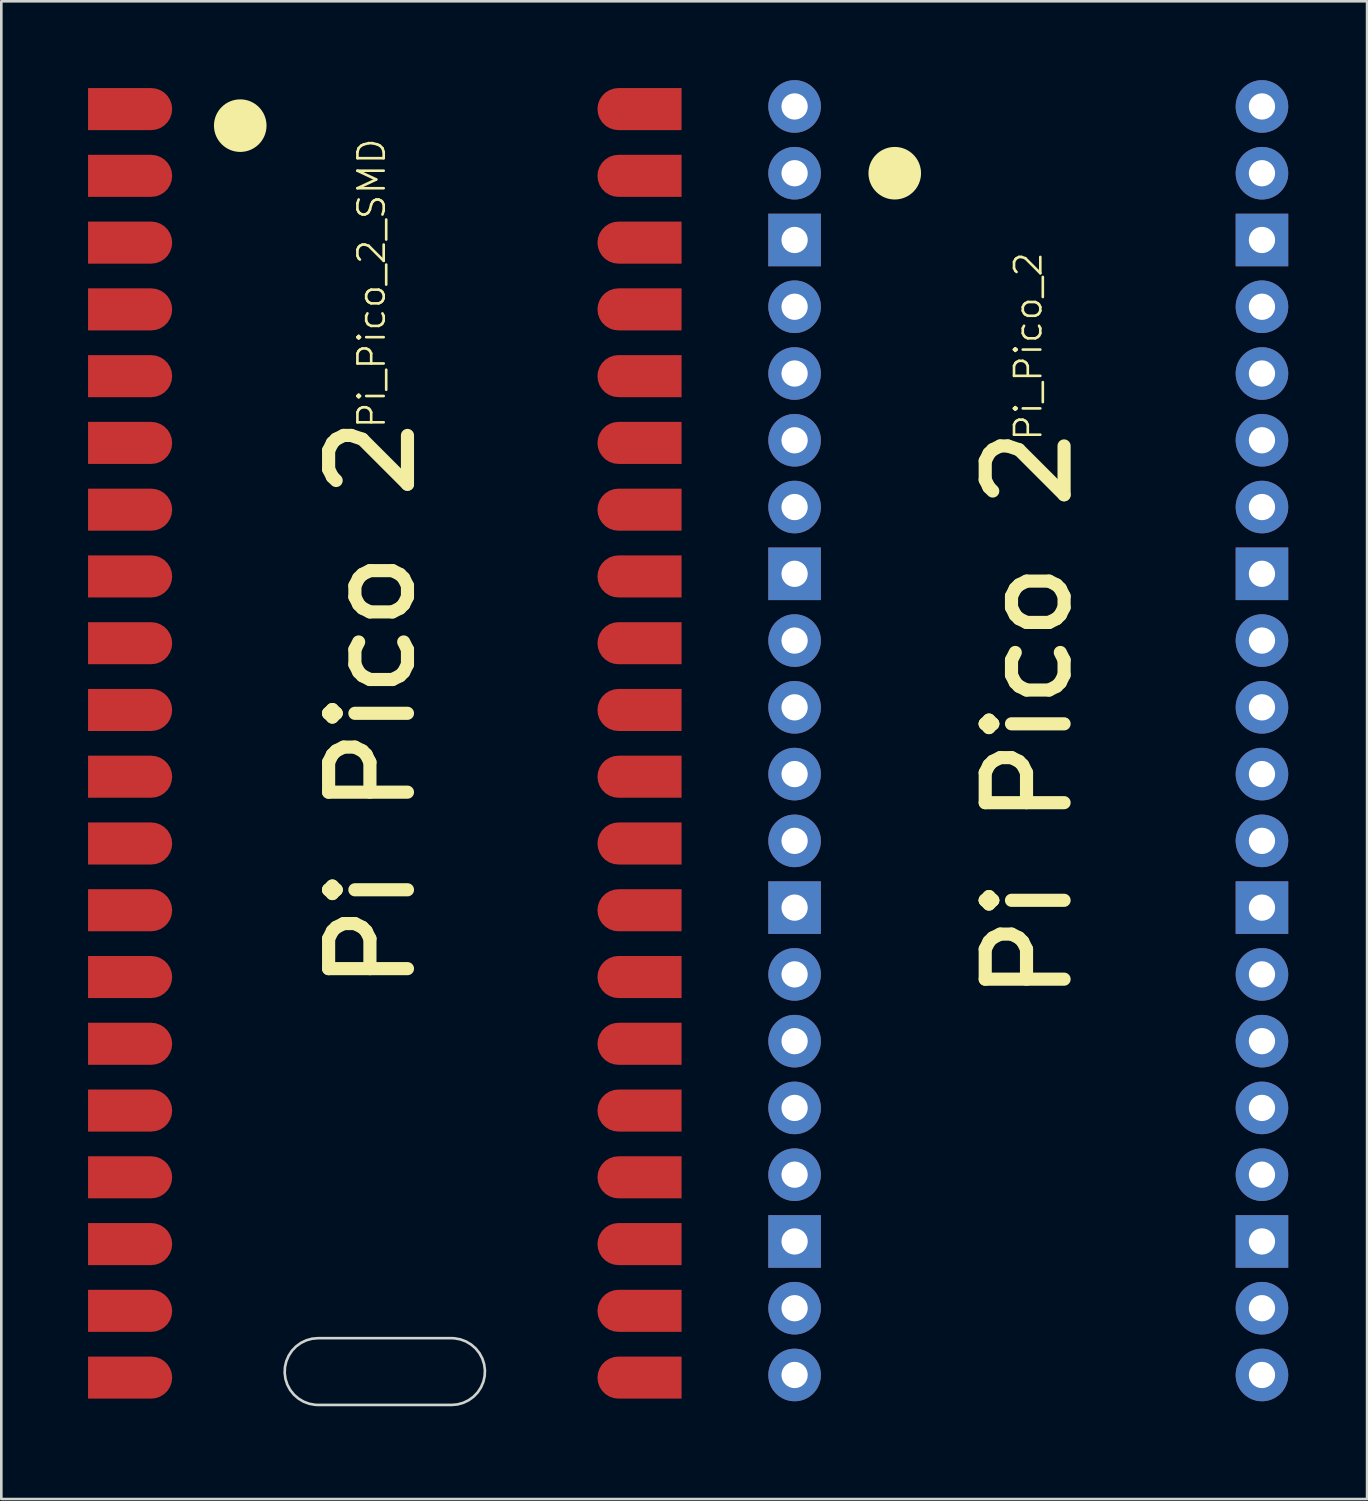
<source format=kicad_pcb>
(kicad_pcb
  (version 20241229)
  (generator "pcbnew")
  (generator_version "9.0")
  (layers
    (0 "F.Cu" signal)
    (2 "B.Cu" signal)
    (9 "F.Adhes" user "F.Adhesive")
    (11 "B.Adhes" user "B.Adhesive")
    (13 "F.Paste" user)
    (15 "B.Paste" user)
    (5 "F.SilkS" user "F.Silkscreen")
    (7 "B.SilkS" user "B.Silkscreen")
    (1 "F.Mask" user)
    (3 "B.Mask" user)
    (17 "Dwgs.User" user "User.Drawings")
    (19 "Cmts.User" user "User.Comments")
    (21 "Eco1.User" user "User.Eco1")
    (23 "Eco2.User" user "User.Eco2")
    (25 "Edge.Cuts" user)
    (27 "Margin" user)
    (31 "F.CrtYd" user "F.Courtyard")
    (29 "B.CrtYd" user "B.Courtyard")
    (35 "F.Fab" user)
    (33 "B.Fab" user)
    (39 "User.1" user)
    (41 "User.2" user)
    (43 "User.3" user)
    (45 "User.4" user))
  (footprint "Pi_Pico_2"
    (layer "F.Cu")
    (at 36.07 25.13)
    (property "Reference" "Pi_Pico_2" (at 0 -15 90) (unlocked yes) (layer "F.SilkS") (effects (font (size 1 1) (thickness 0.1))))
    (attr through_hole)
    (fp_circle (center -5.08 -21.59) (end -4.08 -21.59) (stroke (width 0) (type solid)) (fill yes) (layer "F.SilkS"))
    (fp_text user "Pi Pico 2" (at 0 -1 90) (unlocked yes) (layer "F.SilkS") (effects (font (size 3 3) (thickness 0.5) (bold yes))))
    (pad "1" thru_hole circle (at -8.89 -24.13) (size 2 2) (drill 1) (layers "*.Cu" "*.Mask"))
    (pad "2" thru_hole circle (at -8.89 -21.59) (size 2 2) (drill 1) (layers "*.Cu" "*.Mask"))
    (pad "3" thru_hole rect (at -8.89 -19.05) (size 2 2) (drill 1) (layers "*.Cu" "*.Mask"))
    (pad "4" thru_hole circle (at -8.89 -16.51) (size 2 2) (drill 1) (layers "*.Cu" "*.Mask"))
    (pad "5" thru_hole circle (at -8.89 -13.97) (size 2 2) (drill 1) (layers "*.Cu" "*.Mask"))
    (pad "6" thru_hole circle (at -8.89 -11.43) (size 2 2) (drill 1) (layers "*.Cu" "*.Mask"))
    (pad "7" thru_hole circle (at -8.89 -8.89) (size 2 2) (drill 1) (layers "*.Cu" "*.Mask"))
    (pad "8" thru_hole rect (at -8.89 -6.35) (size 2 2) (drill 1) (layers "*.Cu" "*.Mask"))
    (pad "9" thru_hole circle (at -8.89 -3.81) (size 2 2) (drill 1) (layers "*.Cu" "*.Mask"))
    (pad "10" thru_hole circle (at -8.89 -1.27) (size 2 2) (drill 1) (layers "*.Cu" "*.Mask"))
    (pad "11" thru_hole circle (at -8.89 1.27) (size 2 2) (drill 1) (layers "*.Cu" "*.Mask"))
    (pad "12" thru_hole circle (at -8.89 3.81) (size 2 2) (drill 1) (layers "*.Cu" "*.Mask"))
    (pad "13" thru_hole rect (at -8.89 6.35) (size 2 2) (drill 1) (layers "*.Cu" "*.Mask"))
    (pad "14" thru_hole circle (at -8.89 8.89) (size 2 2) (drill 1) (layers "*.Cu" "*.Mask"))
    (pad "15" thru_hole circle (at -8.89 11.43) (size 2 2) (drill 1) (layers "*.Cu" "*.Mask"))
    (pad "16" thru_hole circle (at -8.89 13.97) (size 2 2) (drill 1) (layers "*.Cu" "*.Mask"))
    (pad "17" thru_hole circle (at -8.89 16.51) (size 2 2) (drill 1) (layers "*.Cu" "*.Mask"))
    (pad "18" thru_hole rect (at -8.89 19.05) (size 2 2) (drill 1) (layers "*.Cu" "*.Mask"))
    (pad "19" thru_hole circle (at -8.89 21.59) (size 2 2) (drill 1) (layers "*.Cu" "*.Mask"))
    (pad "20" thru_hole circle (at -8.89 24.13) (size 2 2) (drill 1) (layers "*.Cu" "*.Mask"))
    (pad "21" thru_hole circle (at 8.89 24.13) (size 2 2) (drill 1) (layers "*.Cu" "*.Mask"))
    (pad "22" thru_hole circle (at 8.89 21.59) (size 2 2) (drill 1) (layers "*.Cu" "*.Mask"))
    (pad "23" thru_hole rect (at 8.89 19.05) (size 2 2) (drill 1) (layers "*.Cu" "*.Mask"))
    (pad "24" thru_hole circle (at 8.89 16.51) (size 2 2) (drill 1) (layers "*.Cu" "*.Mask"))
    (pad "25" thru_hole circle (at 8.89 13.97) (size 2 2) (drill 1) (layers "*.Cu" "*.Mask"))
    (pad "26" thru_hole circle (at 8.89 11.43) (size 2 2) (drill 1) (layers "*.Cu" "*.Mask"))
    (pad "27" thru_hole circle (at 8.89 8.89) (size 2 2) (drill 1) (layers "*.Cu" "*.Mask"))
    (pad "28" thru_hole rect (at 8.89 6.35) (size 2 2) (drill 1) (layers "*.Cu" "*.Mask"))
    (pad "29" thru_hole circle (at 8.89 3.81) (size 2 2) (drill 1) (layers "*.Cu" "*.Mask"))
    (pad "30" thru_hole circle (at 8.89 1.27) (size 2 2) (drill 1) (layers "*.Cu" "*.Mask"))
    (pad "31" thru_hole circle (at 8.89 -1.27) (size 2 2) (drill 1) (layers "*.Cu" "*.Mask"))
    (pad "32" thru_hole circle (at 8.89 -3.81) (size 2 2) (drill 1) (layers "*.Cu" "*.Mask"))
    (pad "33" thru_hole rect (at 8.89 -6.35) (size 2 2) (drill 1) (layers "*.Cu" "*.Mask"))
    (pad "34" thru_hole circle (at 8.89 -8.89) (size 2 2) (drill 1) (layers "*.Cu" "*.Mask"))
    (pad "35" thru_hole circle (at 8.89 -11.43) (size 2 2) (drill 1) (layers "*.Cu" "*.Mask"))
    (pad "36" thru_hole circle (at 8.89 -13.97) (size 2 2) (drill 1) (layers "*.Cu" "*.Mask"))
    (pad "37" thru_hole circle (at 8.89 -16.51) (size 2 2) (drill 1) (layers "*.Cu" "*.Mask"))
    (pad "38" thru_hole rect (at 8.89 -19.05) (size 2 2) (drill 1) (layers "*.Cu" "*.Mask"))
    (pad "39" thru_hole circle (at 8.89 -21.59) (size 2 2) (drill 1) (layers "*.Cu" "*.Mask"))
    (pad "40" thru_hole circle (at 8.89 -24.13) (size 2 2) (drill 1) (layers "*.Cu" "*.Mask")))
  (footprint "Pi_Pico_2_SMD"
    (layer "F.Cu")
    (at 1.09 50.73)
    (property "Reference" "Pi_Pico_2_SMD" (at 10 -43 90) (unlocked yes) (layer "F.SilkS") (effects (font (size 1 1) (thickness 0.1))))
    (attr smd)
    (fp_circle (center 5 -49) (end 5.5 -49) (stroke (width 1) (type solid)) (fill yes) (layer "F.SilkS"))
    (fp_rect (start -1.09 -50.73) (end 2.71 -48.53) (stroke (width 0) (type solid)) (fill yes) (layer "F.Paste"))
    (fp_rect (start -1.09 -48.19) (end 2.71 -45.99) (stroke (width 0) (type solid)) (fill yes) (layer "F.Paste"))
    (fp_rect (start -1.09 -45.65) (end 2.71 -43.45) (stroke (width 0) (type solid)) (fill yes) (layer "F.Paste"))
    (fp_rect (start -1.09 -43.11) (end 2.71 -40.91) (stroke (width 0) (type solid)) (fill yes) (layer "F.Paste"))
    (fp_rect (start -1.09 -40.57) (end 2.71 -38.37) (stroke (width 0) (type solid)) (fill yes) (layer "F.Paste"))
    (fp_rect (start -1.09 -38.03) (end 2.71 -35.83) (stroke (width 0) (type solid)) (fill yes) (layer "F.Paste"))
    (fp_rect (start -1.09 -35.49) (end 2.71 -33.29) (stroke (width 0) (type solid)) (fill yes) (layer "F.Paste"))
    (fp_rect (start -1.09 -32.95) (end 2.71 -30.75) (stroke (width 0) (type solid)) (fill yes) (layer "F.Paste"))
    (fp_rect (start -1.09 -30.41) (end 2.71 -28.21) (stroke (width 0) (type solid)) (fill yes) (layer "F.Paste"))
    (fp_rect (start -1.09 -27.87) (end 2.71 -25.67) (stroke (width 0) (type solid)) (fill yes) (layer "F.Paste"))
    (fp_rect (start -1.09 -25.33) (end 2.71 -23.13) (stroke (width 0) (type solid)) (fill yes) (layer "F.Paste"))
    (fp_rect (start -1.09 -22.79) (end 2.71 -20.59) (stroke (width 0) (type solid)) (fill yes) (layer "F.Paste"))
    (fp_rect (start -1.09 -20.25) (end 2.71 -18.05) (stroke (width 0) (type solid)) (fill yes) (layer "F.Paste"))
    (fp_rect (start -1.09 -17.71) (end 2.71 -15.51) (stroke (width 0) (type solid)) (fill yes) (layer "F.Paste"))
    (fp_rect (start -1.09 -15.17) (end 2.71 -12.97) (stroke (width 0) (type solid)) (fill yes) (layer "F.Paste"))
    (fp_rect (start -1.09 -12.63) (end 2.71 -10.43) (stroke (width 0) (type solid)) (fill yes) (layer "F.Paste"))
    (fp_rect (start -1.09 -10.09) (end 2.71 -7.89) (stroke (width 0) (type solid)) (fill yes) (layer "F.Paste"))
    (fp_rect (start -1.09 -7.55) (end 2.71 -5.35) (stroke (width 0) (type solid)) (fill yes) (layer "F.Paste"))
    (fp_rect (start -1.09 -5.01) (end 2.71 -2.81) (stroke (width 0) (type solid)) (fill yes) (layer "F.Paste"))
    (fp_rect (start -1.09 -2.47) (end 2.71 -0.27) (stroke (width 0) (type solid)) (fill yes) (layer "F.Paste"))
    (fp_rect (start 18.29 -50.73) (end 22.09 -48.53) (stroke (width 0) (type solid)) (fill yes) (layer "F.Paste"))
    (fp_rect (start 18.29 -48.19) (end 22.09 -45.99) (stroke (width 0) (type solid)) (fill yes) (layer "F.Paste"))
    (fp_rect (start 18.29 -45.65) (end 22.09 -43.45) (stroke (width 0) (type solid)) (fill yes) (layer "F.Paste"))
    (fp_rect (start 18.29 -43.11) (end 22.09 -40.91) (stroke (width 0) (type solid)) (fill yes) (layer "F.Paste"))
    (fp_rect (start 18.29 -40.57) (end 22.09 -38.37) (stroke (width 0) (type solid)) (fill yes) (layer "F.Paste"))
    (fp_rect (start 18.29 -38.03) (end 22.09 -35.83) (stroke (width 0) (type solid)) (fill yes) (layer "F.Paste"))
    (fp_rect (start 18.29 -35.49) (end 22.09 -33.29) (stroke (width 0) (type solid)) (fill yes) (layer "F.Paste"))
    (fp_rect (start 18.29 -32.95) (end 22.09 -30.75) (stroke (width 0) (type solid)) (fill yes) (layer "F.Paste"))
    (fp_rect (start 18.29 -30.41) (end 22.09 -28.21) (stroke (width 0) (type solid)) (fill yes) (layer "F.Paste"))
    (fp_rect (start 18.29 -27.87) (end 22.09 -25.67) (stroke (width 0) (type solid)) (fill yes) (layer "F.Paste"))
    (fp_rect (start 18.29 -25.33) (end 22.09 -23.13) (stroke (width 0) (type solid)) (fill yes) (layer "F.Paste"))
    (fp_rect (start 18.29 -22.79) (end 22.09 -20.59) (stroke (width 0) (type solid)) (fill yes) (layer "F.Paste"))
    (fp_rect (start 18.29 -20.25) (end 22.09 -18.05) (stroke (width 0) (type solid)) (fill yes) (layer "F.Paste"))
    (fp_rect (start 18.29 -17.71) (end 22.09 -15.51) (stroke (width 0) (type solid)) (fill yes) (layer "F.Paste"))
    (fp_rect (start 18.29 -15.17) (end 22.09 -12.97) (stroke (width 0) (type solid)) (fill yes) (layer "F.Paste"))
    (fp_rect (start 18.29 -12.63) (end 22.09 -10.43) (stroke (width 0) (type solid)) (fill yes) (layer "F.Paste"))
    (fp_rect (start 18.29 -10.09) (end 22.09 -7.89) (stroke (width 0) (type solid)) (fill yes) (layer "F.Paste"))
    (fp_rect (start 18.29 -7.55) (end 22.09 -5.35) (stroke (width 0) (type solid)) (fill yes) (layer "F.Paste"))
    (fp_rect (start 18.29 -5.01) (end 22.09 -2.81) (stroke (width 0) (type solid)) (fill yes) (layer "F.Paste"))
    (fp_rect (start 18.29 -2.47) (end 22.09 -0.27) (stroke (width 0) (type solid)) (fill yes) (layer "F.Paste"))
    (fp_poly (pts (xy 13.154 -2.865) (xy 13.378 -2.824) (xy 13.591 -2.744) (xy 13.786 -2.627) (xy 13.958 -2.478) (xy 14.1 -2.3) (xy 14.208 -2.099) (xy 14.278 -1.883) (xy 14.309 -1.657) (xy 14.299 -1.43) (xy 14.248 -1.208) (xy 14.158 -0.998) (xy 14.033 -0.808) (xy 13.876 -0.644) (xy 13.691 -0.51) (xy 13.486 -0.411) (xy 13.267 -0.35) (xy 13.04 -0.33) (xy 7.96 -0.33) (xy 7.846 -0.335) (xy 7.622 -0.376) (xy 7.409 -0.456) (xy 7.214 -0.573) (xy 7.042 -0.722) (xy 6.9 -0.9) (xy 6.792 -1.101) (xy 6.722 -1.317) (xy 6.691 -1.543) (xy 6.701 -1.77) (xy 6.752 -1.992) (xy 6.842 -2.202) (xy 6.967 -2.392) (xy 7.124 -2.556) (xy 7.309 -2.69) (xy 7.514 -2.789) (xy 7.733 -2.85) (xy 7.96 -2.87) (xy 13.04 -2.87)) (stroke (width 0.1) (type solid)) (fill no) (layer "Edge.Cuts"))
    (fp_text user "Pi Pico 2" (at 10 -27 90) (unlocked yes) (layer "F.SilkS") (effects (font (size 3 3) (thickness 0.5) (bold yes))))
    (pad "1" smd roundrect (at 0.81 -49.63) (size 3.2 1.6) (layers "F.Cu" "F.Mask") (roundrect_rratio 0.5) (chamfer_ratio 0) (chamfer top_left bottom_left))
    (pad "2" smd roundrect (at 0.81 -47.09) (size 3.2 1.6) (layers "F.Cu" "F.Mask") (roundrect_rratio 0.5) (chamfer_ratio 0) (chamfer top_left bottom_left))
    (pad "3" smd roundrect (at 0.81 -44.55) (size 3.2 1.6) (layers "F.Cu" "F.Mask") (roundrect_rratio 0.5) (chamfer_ratio 0) (chamfer top_left bottom_left))
    (pad "4" smd roundrect (at 0.81 -42.01) (size 3.2 1.6) (layers "F.Cu" "F.Mask") (roundrect_rratio 0.5) (chamfer_ratio 0) (chamfer top_left bottom_left))
    (pad "5" smd roundrect (at 0.81 -39.47) (size 3.2 1.6) (layers "F.Cu" "F.Mask") (roundrect_rratio 0.5) (chamfer_ratio 0) (chamfer top_left bottom_left))
    (pad "6" smd roundrect (at 0.81 -36.93) (size 3.2 1.6) (layers "F.Cu" "F.Mask") (roundrect_rratio 0.5) (chamfer_ratio 0) (chamfer top_left bottom_left))
    (pad "7" smd roundrect (at 0.81 -34.39) (size 3.2 1.6) (layers "F.Cu" "F.Mask") (roundrect_rratio 0.5) (chamfer_ratio 0) (chamfer top_left bottom_left))
    (pad "8" smd roundrect (at 0.81 -31.85) (size 3.2 1.6) (layers "F.Cu" "F.Mask") (roundrect_rratio 0.5) (chamfer_ratio 0) (chamfer top_left bottom_left))
    (pad "9" smd roundrect (at 0.81 -29.31) (size 3.2 1.6) (layers "F.Cu" "F.Mask") (roundrect_rratio 0.5) (chamfer_ratio 0) (chamfer top_left bottom_left))
    (pad "10" smd roundrect (at 0.81 -26.77) (size 3.2 1.6) (layers "F.Cu" "F.Mask") (roundrect_rratio 0.5) (chamfer_ratio 0) (chamfer top_left bottom_left))
    (pad "11" smd roundrect (at 0.81 -24.23) (size 3.2 1.6) (layers "F.Cu" "F.Mask") (roundrect_rratio 0.5) (chamfer_ratio 0) (chamfer top_left bottom_left))
    (pad "12" smd roundrect (at 0.81 -21.69) (size 3.2 1.6) (layers "F.Cu" "F.Mask") (roundrect_rratio 0.5) (chamfer_ratio 0) (chamfer top_left bottom_left))
    (pad "13" smd roundrect (at 0.81 -19.15) (size 3.2 1.6) (layers "F.Cu" "F.Mask") (roundrect_rratio 0.5) (chamfer_ratio 0) (chamfer top_left bottom_left))
    (pad "14" smd roundrect (at 0.81 -16.61) (size 3.2 1.6) (layers "F.Cu" "F.Mask") (roundrect_rratio 0.5) (chamfer_ratio 0) (chamfer top_left bottom_left))
    (pad "15" smd roundrect (at 0.81 -14.07) (size 3.2 1.6) (layers "F.Cu" "F.Mask") (roundrect_rratio 0.5) (chamfer_ratio 0) (chamfer top_left bottom_left))
    (pad "16" smd roundrect (at 0.81 -11.53) (size 3.2 1.6) (layers "F.Cu" "F.Mask") (roundrect_rratio 0.5) (chamfer_ratio 0) (chamfer top_left bottom_left))
    (pad "17" smd roundrect (at 0.81 -8.99) (size 3.2 1.6) (layers "F.Cu" "F.Mask") (roundrect_rratio 0.5) (chamfer_ratio 0) (chamfer top_left bottom_left))
    (pad "18" smd roundrect (at 0.81 -6.45) (size 3.2 1.6) (layers "F.Cu" "F.Mask") (roundrect_rratio 0.5) (chamfer_ratio 0) (chamfer top_left bottom_left))
    (pad "19" smd roundrect (at 0.81 -3.91) (size 3.2 1.6) (layers "F.Cu" "F.Mask") (roundrect_rratio 0.5) (chamfer_ratio 0) (chamfer top_left bottom_left))
    (pad "20" smd roundrect (at 0.81 -1.37) (size 3.2 1.6) (layers "F.Cu" "F.Mask") (roundrect_rratio 0.5) (chamfer_ratio 0) (chamfer top_left bottom_left))
    (pad "21" smd roundrect (at 20.19 -1.37 180) (size 3.2 1.6) (layers "F.Cu" "F.Mask") (roundrect_rratio 0.5) (chamfer_ratio 0) (chamfer top_left bottom_left))
    (pad "22" smd roundrect (at 20.19 -3.91 180) (size 3.2 1.6) (layers "F.Cu" "F.Mask") (roundrect_rratio 0.5) (chamfer_ratio 0) (chamfer top_left bottom_left))
    (pad "23" smd roundrect (at 20.19 -6.45 180) (size 3.2 1.6) (layers "F.Cu" "F.Mask") (roundrect_rratio 0.5) (chamfer_ratio 0) (chamfer top_left bottom_left))
    (pad "24" smd roundrect (at 20.19 -8.99 180) (size 3.2 1.6) (layers "F.Cu" "F.Mask") (roundrect_rratio 0.5) (chamfer_ratio 0) (chamfer top_left bottom_left))
    (pad "25" smd roundrect (at 20.19 -11.53 180) (size 3.2 1.6) (layers "F.Cu" "F.Mask") (roundrect_rratio 0.5) (chamfer_ratio 0) (chamfer top_left bottom_left))
    (pad "26" smd roundrect (at 20.19 -14.07 180) (size 3.2 1.6) (layers "F.Cu" "F.Mask") (roundrect_rratio 0.5) (chamfer_ratio 0) (chamfer top_left bottom_left))
    (pad "27" smd roundrect (at 20.19 -16.61 180) (size 3.2 1.6) (layers "F.Cu" "F.Mask") (roundrect_rratio 0.5) (chamfer_ratio 0) (chamfer top_left bottom_left))
    (pad "28" smd roundrect (at 20.19 -19.15 180) (size 3.2 1.6) (layers "F.Cu" "F.Mask") (roundrect_rratio 0.5) (chamfer_ratio 0) (chamfer top_left bottom_left))
    (pad "29" smd roundrect (at 20.19 -21.69 180) (size 3.2 1.6) (layers "F.Cu" "F.Mask") (roundrect_rratio 0.5) (chamfer_ratio 0) (chamfer top_left bottom_left))
    (pad "30" smd roundrect (at 20.19 -24.23 180) (size 3.2 1.6) (layers "F.Cu" "F.Mask") (roundrect_rratio 0.5) (chamfer_ratio 0) (chamfer top_left bottom_left))
    (pad "31" smd roundrect (at 20.19 -26.77 180) (size 3.2 1.6) (layers "F.Cu" "F.Mask") (roundrect_rratio 0.5) (chamfer_ratio 0) (chamfer top_left bottom_left))
    (pad "32" smd roundrect (at 20.19 -29.31 180) (size 3.2 1.6) (layers "F.Cu" "F.Mask") (roundrect_rratio 0.5) (chamfer_ratio 0) (chamfer top_left bottom_left))
    (pad "33" smd roundrect (at 20.19 -31.85 180) (size 3.2 1.6) (layers "F.Cu" "F.Mask") (roundrect_rratio 0.5) (chamfer_ratio 0) (chamfer top_left bottom_left))
    (pad "34" smd roundrect (at 20.19 -34.39 180) (size 3.2 1.6) (layers "F.Cu" "F.Mask") (roundrect_rratio 0.5) (chamfer_ratio 0) (chamfer top_left bottom_left))
    (pad "35" smd roundrect (at 20.19 -36.93 180) (size 3.2 1.6) (layers "F.Cu" "F.Mask") (roundrect_rratio 0.5) (chamfer_ratio 0) (chamfer top_left bottom_left))
    (pad "36" smd roundrect (at 20.19 -39.47 180) (size 3.2 1.6) (layers "F.Cu" "F.Mask") (roundrect_rratio 0.5) (chamfer_ratio 0) (chamfer top_left bottom_left))
    (pad "37" smd roundrect (at 20.19 -42.01 180) (size 3.2 1.6) (layers "F.Cu" "F.Mask") (roundrect_rratio 0.5) (chamfer_ratio 0) (chamfer top_left bottom_left))
    (pad "38" smd roundrect (at 20.19 -44.55 180) (size 3.2 1.6) (layers "F.Cu" "F.Mask") (roundrect_rratio 0.5) (chamfer_ratio 0) (chamfer top_left bottom_left))
    (pad "39" smd roundrect (at 20.19 -47.09 180) (size 3.2 1.6) (layers "F.Cu" "F.Mask") (roundrect_rratio 0.5) (chamfer_ratio 0) (chamfer top_left bottom_left))
    (pad "40" smd roundrect (at 20.19 -49.63 180) (size 3.2 1.6) (layers "F.Cu" "F.Mask") (roundrect_rratio 0.5) (chamfer_ratio 0) (chamfer top_left bottom_left)))
  (gr_rect
    (start -3 -3)
    (end 48.96 53.98)
    (stroke (width 0.1) (type default))
    (fill no)
    (layer "Edge.Cuts")))
</source>
